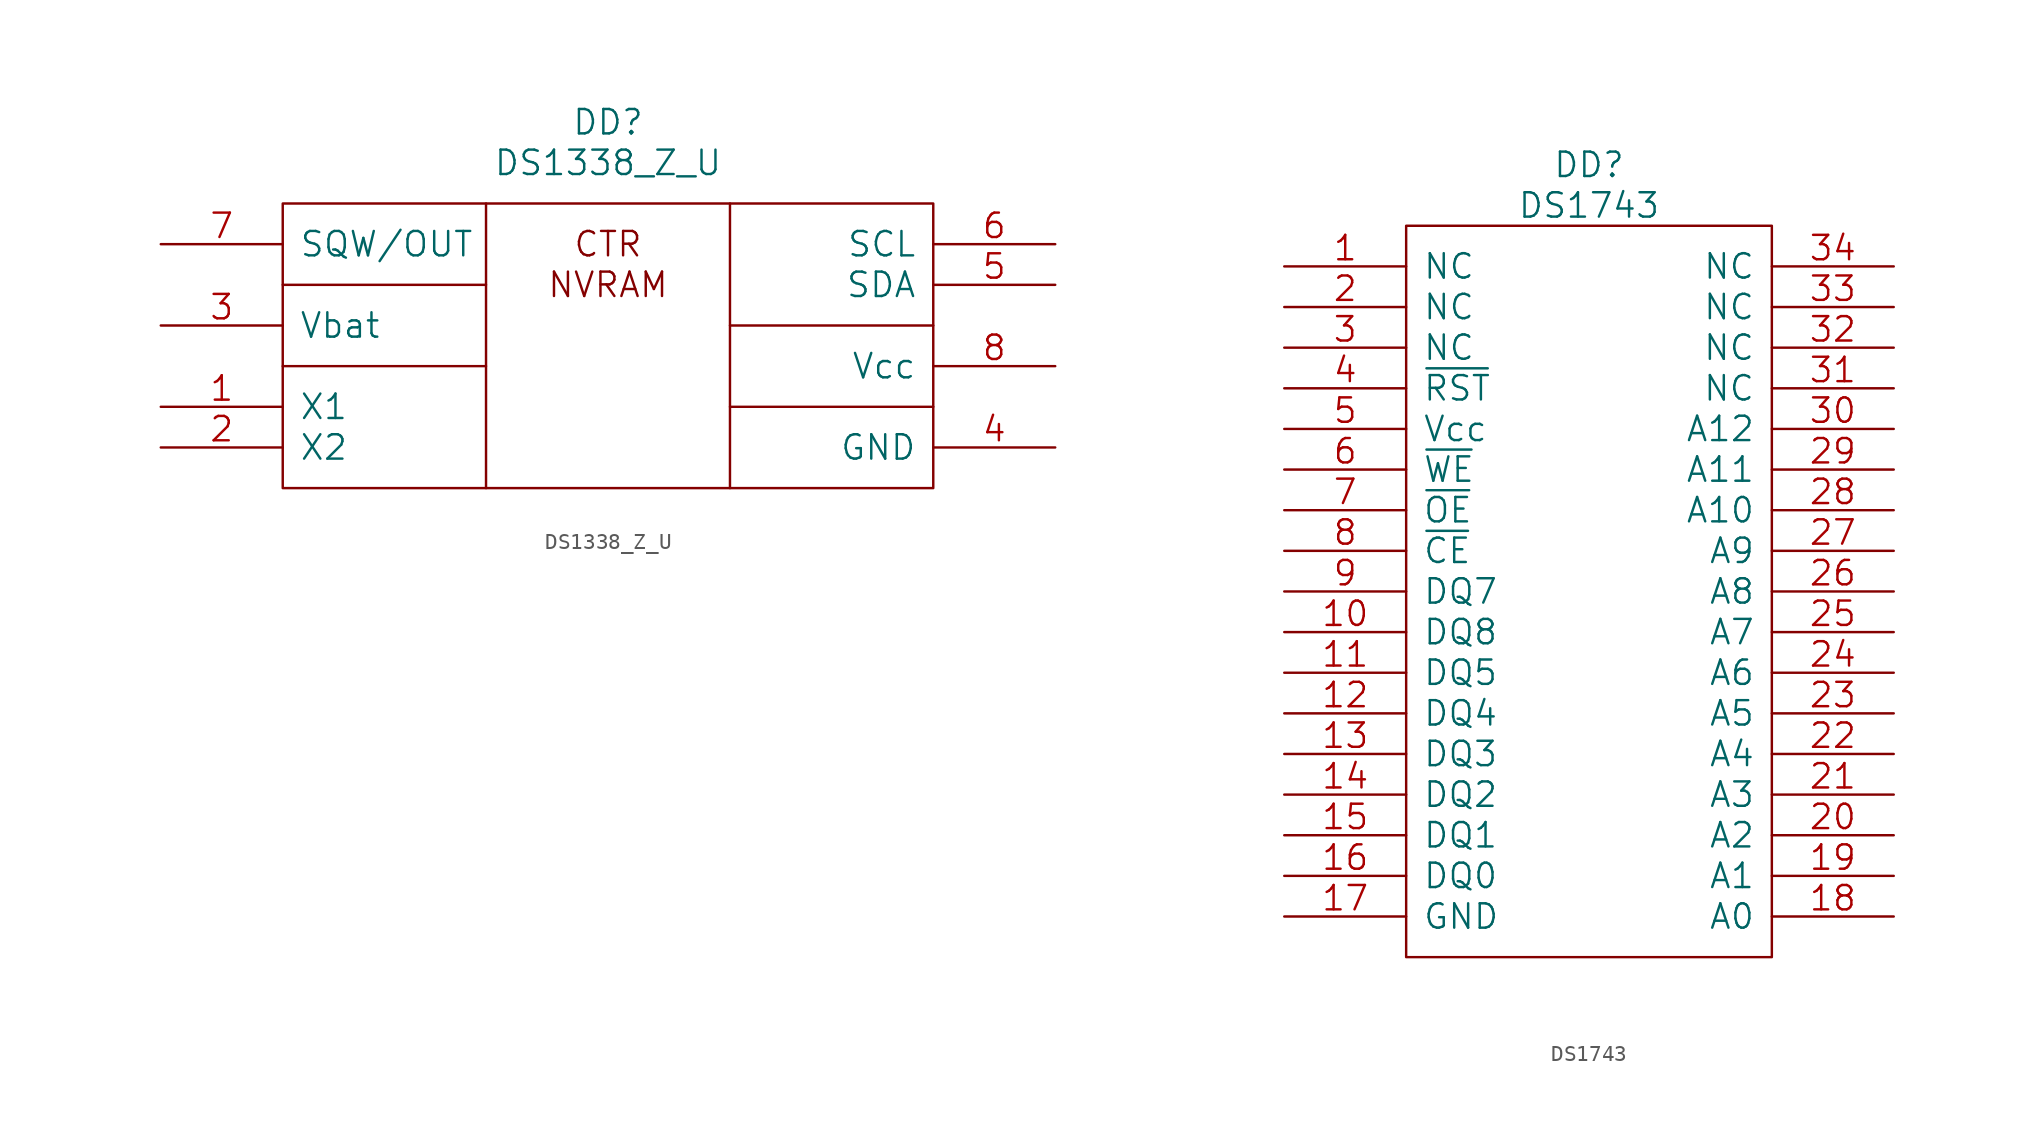
<source format=kicad_sym>
(kicad_symbol_lib
  (version 20211014)
  (generator kicad_symbol_editor)
  (symbol "DS1338_Z_U"
    (pin_names
      (offset 1.016))
    (property "Reference" "DD"
      (at 15.24 5.08 0)
      (effects (font (size 1.524 1.524))))
    (property "Value" "DS1338_Z_U"
      (at 15.24 2.54 0)
      (effects (font (size 1.524 1.524))))
    (property "Footprint" ""
      (at 0 0 0)
      (effects (font (size 1.524 1.524))))
    (property "Datasheet" ""
      (at 0 0 0)
      (effects (font (size 1.524 1.524))))
    (symbol "DS1338_Z_U_0_0"
      (polyline (pts (xy -5.08 -10.16) (xy 7.62 -10.16)) (stroke (width 0) (type default) (color 0 0 0 0)) (fill (type none)))
      (polyline (pts (xy -5.08 -5.08) (xy 7.62 -5.08)) (stroke (width 0) (type default) (color 0 0 0 0)) (fill (type none)))
      (polyline (pts (xy 35.56 -12.7) (xy 22.86 -12.7)) (stroke (width 0) (type default) (color 0 0 0 0)) (fill (type none)))
      (polyline (pts (xy 35.56 -7.62) (xy 22.86 -7.62)) (stroke (width 0) (type default) (color 0 0 0 0)) (fill (type none)))
      (text "CTR" (at 15.24 -2.54 0) (effects (font (size 1.524 1.524))))
      (text "NVRAM" (at 15.24 -5.08 0) (effects (font (size 1.524 1.524))))
      (pin input line (at -12.7 -12.7 0) (length 7.62) (name "X1" (effects (font (size 1.524 1.524)))) (number "1" (effects (font (size 1.524 1.524)))))
      (pin input line (at -12.7 -15.24 0) (length 7.62) (name "X2" (effects (font (size 1.524 1.524)))) (number "2" (effects (font (size 1.524 1.524)))))
      (pin input line (at -12.7 -7.62 0) (length 7.62) (name "Vbat" (effects (font (size 1.524 1.524)))) (number "3" (effects (font (size 1.524 1.524)))))
      (pin input line (at 43.18 -15.24 180) (length 7.62) (name "GND" (effects (font (size 1.524 1.524)))) (number "4" (effects (font (size 1.524 1.524)))))
      (pin bidirectional line (at 43.18 -5.08 180) (length 7.62) (name "SDA" (effects (font (size 1.524 1.524)))) (number "5" (effects (font (size 1.524 1.524)))))
      (pin input line (at 43.18 -2.54 180) (length 7.62) (name "SCL" (effects (font (size 1.524 1.524)))) (number "6" (effects (font (size 1.524 1.524)))))
      (pin output line (at -12.7 -2.54 0) (length 7.62) (name "SQW/OUT" (effects (font (size 1.524 1.524)))) (number "7" (effects (font (size 1.524 1.524)))))
      (pin input line (at 43.18 -10.16 180) (length 7.62) (name "Vcc" (effects (font (size 1.524 1.524)))) (number "8" (effects (font (size 1.524 1.524))))))
    (symbol "DS1338_Z_U_0_1"
      (rectangle (start -5.08 0) (end 35.56 -17.78) (stroke (width 0) (type default) (color 0 0 0 0)) (fill (type none)))
      (polyline (pts (xy 7.62 -17.78) (xy 7.62 0)) (stroke (width 0) (type default) (color 0 0 0 0)) (fill (type none)))
      (polyline (pts (xy 22.86 -17.78) (xy 22.86 0)) (stroke (width 0) (type default) (color 0 0 0 0)) (fill (type none)))))
  (symbol "DS1743"
    (pin_names
      (offset 1.016))
    (property "Reference" "DD"
      (at 11.43 3.81 0)
      (effects (font (size 1.524 1.524))))
    (property "Value" "DS1743"
      (at 11.43 1.27 0)
      (effects (font (size 1.524 1.524))))
    (property "Footprint" ""
      (at 0 0 0)
      (effects (font (size 1.524 1.524))))
    (property "Datasheet" ""
      (at 0 0 0)
      (effects (font (size 1.524 1.524))))
    (symbol "DS1743_0_0"
      (pin input line (at -7.62 -2.54 0) (length 7.62) (name "NC" (effects (font (size 1.524 1.524)))) (number "1" (effects (font (size 1.524 1.524)))))
      (pin input line (at -7.62 -25.4 0) (length 7.62) (name "DQ8" (effects (font (size 1.524 1.524)))) (number "10" (effects (font (size 1.524 1.524)))))
      (pin input line (at -7.62 -27.94 0) (length 7.62) (name "DQ5" (effects (font (size 1.524 1.524)))) (number "11" (effects (font (size 1.524 1.524)))))
      (pin input line (at -7.62 -30.48 0) (length 7.62) (name "DQ4" (effects (font (size 1.524 1.524)))) (number "12" (effects (font (size 1.524 1.524)))))
      (pin input line (at -7.62 -33.02 0) (length 7.62) (name "DQ3" (effects (font (size 1.524 1.524)))) (number "13" (effects (font (size 1.524 1.524)))))
      (pin input line (at -7.62 -35.56 0) (length 7.62) (name "DQ2" (effects (font (size 1.524 1.524)))) (number "14" (effects (font (size 1.524 1.524)))))
      (pin input line (at -7.62 -38.1 0) (length 7.62) (name "DQ1" (effects (font (size 1.524 1.524)))) (number "15" (effects (font (size 1.524 1.524)))))
      (pin input line (at -7.62 -40.64 0) (length 7.62) (name "DQ0" (effects (font (size 1.524 1.524)))) (number "16" (effects (font (size 1.524 1.524)))))
      (pin input line (at -7.62 -43.18 0) (length 7.62) (name "GND" (effects (font (size 1.524 1.524)))) (number "17" (effects (font (size 1.524 1.524)))))
      (pin input line (at 30.48 -43.18 180) (length 7.62) (name "A0" (effects (font (size 1.524 1.524)))) (number "18" (effects (font (size 1.524 1.524)))))
      (pin input line (at 30.48 -40.64 180) (length 7.62) (name "A1" (effects (font (size 1.524 1.524)))) (number "19" (effects (font (size 1.524 1.524)))))
      (pin input line (at -7.62 -5.08 0) (length 7.62) (name "NC" (effects (font (size 1.524 1.524)))) (number "2" (effects (font (size 1.524 1.524)))))
      (pin input line (at 30.48 -38.1 180) (length 7.62) (name "A2" (effects (font (size 1.524 1.524)))) (number "20" (effects (font (size 1.524 1.524)))))
      (pin input line (at 30.48 -35.56 180) (length 7.62) (name "A3" (effects (font (size 1.524 1.524)))) (number "21" (effects (font (size 1.524 1.524)))))
      (pin input line (at 30.48 -33.02 180) (length 7.62) (name "A4" (effects (font (size 1.524 1.524)))) (number "22" (effects (font (size 1.524 1.524)))))
      (pin input line (at 30.48 -30.48 180) (length 7.62) (name "A5" (effects (font (size 1.524 1.524)))) (number "23" (effects (font (size 1.524 1.524)))))
      (pin input line (at 30.48 -27.94 180) (length 7.62) (name "A6" (effects (font (size 1.524 1.524)))) (number "24" (effects (font (size 1.524 1.524)))))
      (pin input line (at 30.48 -25.4 180) (length 7.62) (name "A7" (effects (font (size 1.524 1.524)))) (number "25" (effects (font (size 1.524 1.524)))))
      (pin input line (at 30.48 -22.86 180) (length 7.62) (name "A8" (effects (font (size 1.524 1.524)))) (number "26" (effects (font (size 1.524 1.524)))))
      (pin input line (at 30.48 -20.32 180) (length 7.62) (name "A9" (effects (font (size 1.524 1.524)))) (number "27" (effects (font (size 1.524 1.524)))))
      (pin input line (at 30.48 -17.78 180) (length 7.62) (name "A10" (effects (font (size 1.524 1.524)))) (number "28" (effects (font (size 1.524 1.524)))))
      (pin input line (at 30.48 -15.24 180) (length 7.62) (name "A11" (effects (font (size 1.524 1.524)))) (number "29" (effects (font (size 1.524 1.524)))))
      (pin input line (at -7.62 -7.62 0) (length 7.62) (name "NC" (effects (font (size 1.524 1.524)))) (number "3" (effects (font (size 1.524 1.524)))))
      (pin input line (at 30.48 -12.7 180) (length 7.62) (name "A12" (effects (font (size 1.524 1.524)))) (number "30" (effects (font (size 1.524 1.524)))))
      (pin input line (at 30.48 -10.16 180) (length 7.62) (name "NC" (effects (font (size 1.524 1.524)))) (number "31" (effects (font (size 1.524 1.524)))))
      (pin input line (at 30.48 -7.62 180) (length 7.62) (name "NC" (effects (font (size 1.524 1.524)))) (number "32" (effects (font (size 1.524 1.524)))))
      (pin input line (at 30.48 -5.08 180) (length 7.62) (name "NC" (effects (font (size 1.524 1.524)))) (number "33" (effects (font (size 1.524 1.524)))))
      (pin input line (at 30.48 -2.54 180) (length 7.62) (name "NC" (effects (font (size 1.524 1.524)))) (number "34" (effects (font (size 1.524 1.524)))))
      (pin input line (at -7.62 -10.16 0) (length 7.62) (name "~{RST}" (effects (font (size 1.524 1.524)))) (number "4" (effects (font (size 1.524 1.524)))))
      (pin input line (at -7.62 -12.7 0) (length 7.62) (name "Vcc" (effects (font (size 1.524 1.524)))) (number "5" (effects (font (size 1.524 1.524)))))
      (pin input line (at -7.62 -15.24 0) (length 7.62) (name "~{WE}" (effects (font (size 1.524 1.524)))) (number "6" (effects (font (size 1.524 1.524)))))
      (pin input line (at -7.62 -17.78 0) (length 7.62) (name "~{OE}" (effects (font (size 1.524 1.524)))) (number "7" (effects (font (size 1.524 1.524)))))
      (pin input line (at -7.62 -20.32 0) (length 7.62) (name "~{CE}" (effects (font (size 1.524 1.524)))) (number "8" (effects (font (size 1.524 1.524)))))
      (pin input line (at -7.62 -22.86 0) (length 7.62) (name "DQ7" (effects (font (size 1.524 1.524)))) (number "9" (effects (font (size 1.524 1.524))))))
    (symbol "DS1743_0_1"
      (rectangle (start 0 0) (end 22.86 -45.72) (stroke (width 0) (type default) (color 0 0 0 0)) (fill (type none))))))
</source>
